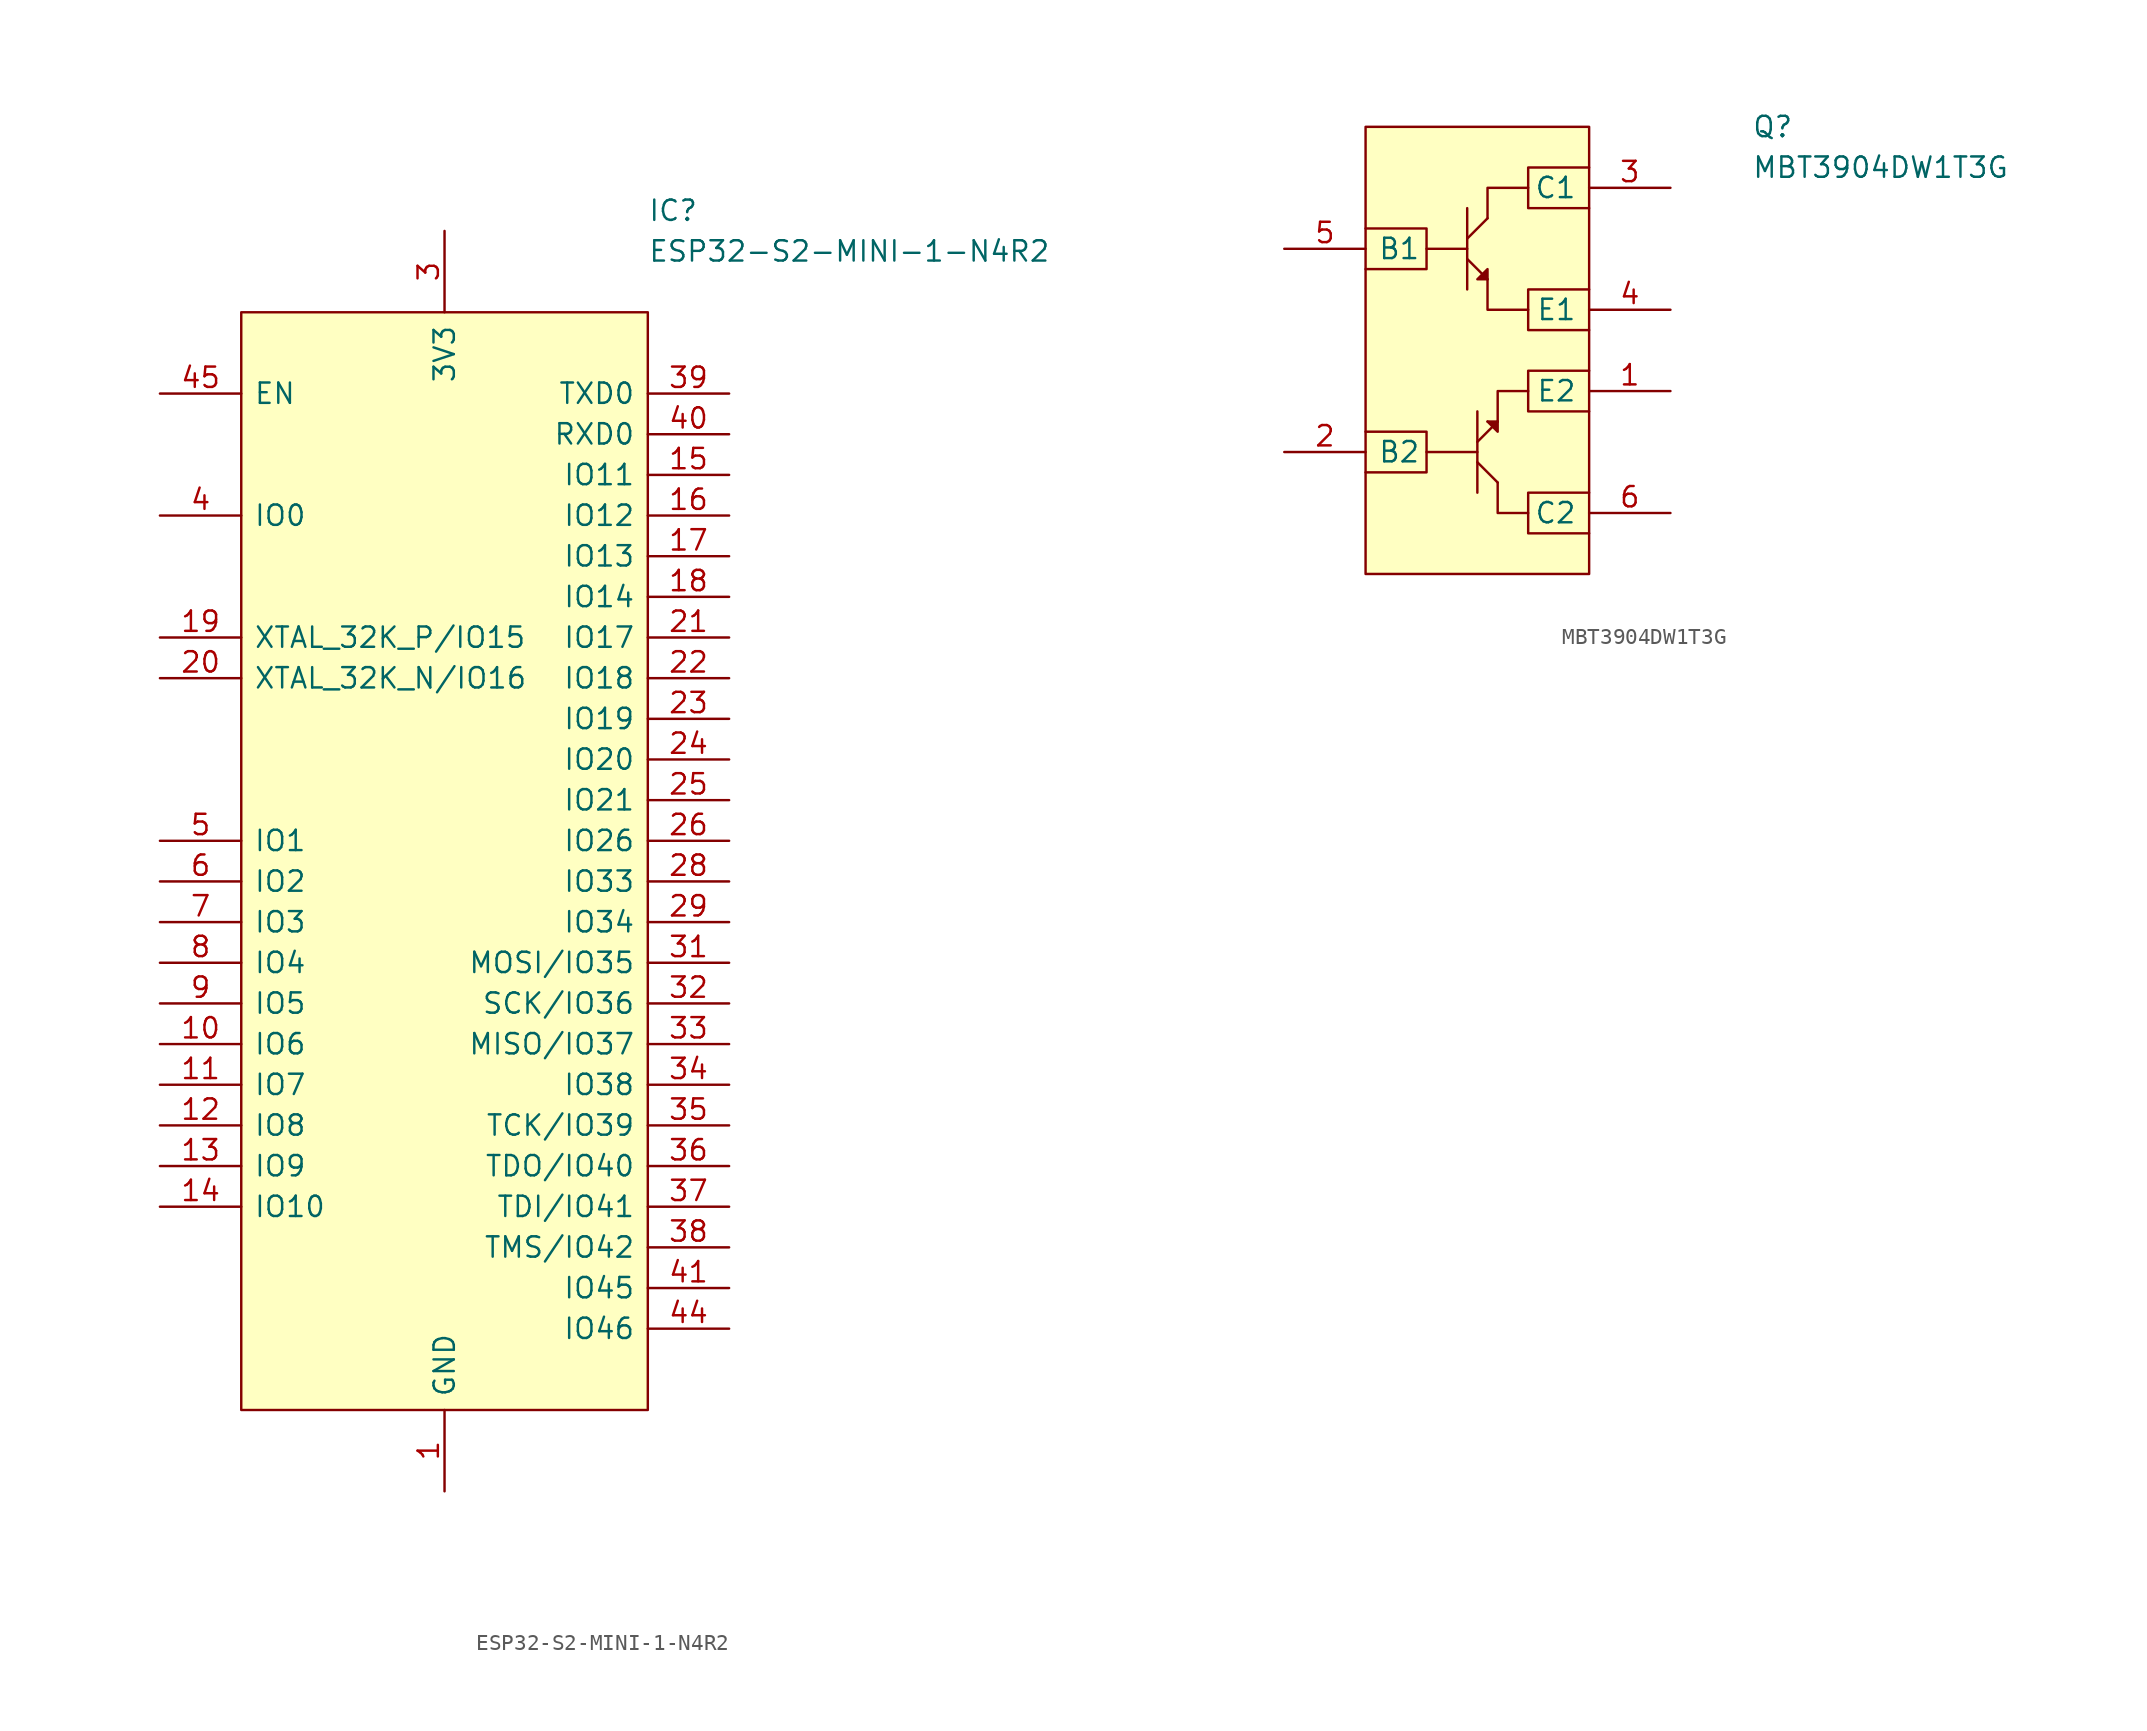
<source format=kicad_sym>
(kicad_symbol_lib
  (version 20211014)
  (generator kicad_symbol_editor)
  (symbol "ESP32-S2-MINI-1-N4R2"
    (pin_names
      (offset 0.762))
    (property "Reference" "IC"
      (at 12.7 39.37 0)
      (effects (font (size 1.27 1.27)) (justify left)))
    (property "Value" "ESP32-S2-MINI-1-N4R2"
      (at 12.7 36.83 0)
      (effects (font (size 1.27 1.27)) (justify left)))
    (symbol "ESP32-S2-MINI-1-N4R2_0_0"
      (pin passive line (at 0 -40.64 90) (length 5.08) (name "GND" (effects (font (size 1.27 1.27)))) (number "1" (effects (font (size 1.27 1.27)))))
      (pin passive line (at -17.78 -12.7 0) (length 5.08) (name "IO6" (effects (font (size 1.27 1.27)))) (number "10" (effects (font (size 1.27 1.27)))))
      (pin passive line (at -17.78 -15.24 0) (length 5.08) (name "IO7" (effects (font (size 1.27 1.27)))) (number "11" (effects (font (size 1.27 1.27)))))
      (pin passive line (at -17.78 -17.78 0) (length 5.08) (name "IO8" (effects (font (size 1.27 1.27)))) (number "12" (effects (font (size 1.27 1.27)))))
      (pin passive line (at -17.78 -20.32 0) (length 5.08) (name "IO9" (effects (font (size 1.27 1.27)))) (number "13" (effects (font (size 1.27 1.27)))))
      (pin passive line (at -17.78 -22.86 0) (length 5.08) (name "IO10" (effects (font (size 1.27 1.27)))) (number "14" (effects (font (size 1.27 1.27)))))
      (pin passive line (at 17.78 22.86 180) (length 5.08) (name "IO11" (effects (font (size 1.27 1.27)))) (number "15" (effects (font (size 1.27 1.27)))))
      (pin passive line (at 17.78 20.32 180) (length 5.08) (name "IO12" (effects (font (size 1.27 1.27)))) (number "16" (effects (font (size 1.27 1.27)))))
      (pin passive line (at 17.78 17.78 180) (length 5.08) (name "IO13" (effects (font (size 1.27 1.27)))) (number "17" (effects (font (size 1.27 1.27)))))
      (pin passive line (at 17.78 15.24 180) (length 5.08) (name "IO14" (effects (font (size 1.27 1.27)))) (number "18" (effects (font (size 1.27 1.27)))))
      (pin passive line (at -17.78 12.7 0) (length 5.08) (name "XTAL_32K_P/IO15" (effects (font (size 1.27 1.27)))) (number "19" (effects (font (size 1.27 1.27)))))
      (pin passive line (at 0 -40.64 90) (length 5.08) hide (name "GND_2" (effects (font (size 1.27 1.27)))) (number "2" (effects (font (size 1.27 1.27)))))
      (pin passive line (at -17.78 10.16 0) (length 5.08) (name "XTAL_32K_N/IO16" (effects (font (size 1.27 1.27)))) (number "20" (effects (font (size 1.27 1.27)))))
      (pin passive line (at 17.78 12.7 180) (length 5.08) (name "IO17" (effects (font (size 1.27 1.27)))) (number "21" (effects (font (size 1.27 1.27)))))
      (pin passive line (at 17.78 10.16 180) (length 5.08) (name "IO18" (effects (font (size 1.27 1.27)))) (number "22" (effects (font (size 1.27 1.27)))))
      (pin passive line (at 17.78 7.62 180) (length 5.08) (name "IO19" (effects (font (size 1.27 1.27)))) (number "23" (effects (font (size 1.27 1.27)))))
      (pin passive line (at 17.78 5.08 180) (length 5.08) (name "IO20" (effects (font (size 1.27 1.27)))) (number "24" (effects (font (size 1.27 1.27)))))
      (pin passive line (at 17.78 2.54 180) (length 5.08) (name "IO21" (effects (font (size 1.27 1.27)))) (number "25" (effects (font (size 1.27 1.27)))))
      (pin passive line (at 17.78 0 180) (length 5.08) (name "IO26" (effects (font (size 1.27 1.27)))) (number "26" (effects (font (size 1.27 1.27)))))
      (pin no_connect line (at 5.08 -40.64 90) (length 5.08) hide (name "NC" (effects (font (size 1.27 1.27)))) (number "27" (effects (font (size 1.27 1.27)))))
      (pin passive line (at 17.78 -2.54 180) (length 5.08) (name "IO33" (effects (font (size 1.27 1.27)))) (number "28" (effects (font (size 1.27 1.27)))))
      (pin passive line (at 17.78 -5.08 180) (length 5.08) (name "IO34" (effects (font (size 1.27 1.27)))) (number "29" (effects (font (size 1.27 1.27)))))
      (pin passive line (at 0 38.1 270) (length 5.08) (name "3V3" (effects (font (size 1.27 1.27)))) (number "3" (effects (font (size 1.27 1.27)))))
      (pin passive line (at 0 -40.64 90) (length 5.08) hide (name "GND_3" (effects (font (size 1.27 1.27)))) (number "30" (effects (font (size 1.27 1.27)))))
      (pin passive line (at 17.78 -7.62 180) (length 5.08) (name "MOSI/IO35" (effects (font (size 1.27 1.27)))) (number "31" (effects (font (size 1.27 1.27)))))
      (pin passive line (at 17.78 -10.16 180) (length 5.08) (name "SCK/IO36" (effects (font (size 1.27 1.27)))) (number "32" (effects (font (size 1.27 1.27)))))
      (pin passive line (at 17.78 -12.7 180) (length 5.08) (name "MISO/IO37" (effects (font (size 1.27 1.27)))) (number "33" (effects (font (size 1.27 1.27)))))
      (pin passive line (at 17.78 -15.24 180) (length 5.08) (name "IO38" (effects (font (size 1.27 1.27)))) (number "34" (effects (font (size 1.27 1.27)))))
      (pin passive line (at 17.78 -17.78 180) (length 5.08) (name "TCK/IO39" (effects (font (size 1.27 1.27)))) (number "35" (effects (font (size 1.27 1.27)))))
      (pin passive line (at 17.78 -20.32 180) (length 5.08) (name "TDO/IO40" (effects (font (size 1.27 1.27)))) (number "36" (effects (font (size 1.27 1.27)))))
      (pin passive line (at 17.78 -22.86 180) (length 5.08) (name "TDI/IO41" (effects (font (size 1.27 1.27)))) (number "37" (effects (font (size 1.27 1.27)))))
      (pin passive line (at 17.78 -25.4 180) (length 5.08) (name "TMS/IO42" (effects (font (size 1.27 1.27)))) (number "38" (effects (font (size 1.27 1.27)))))
      (pin passive line (at 17.78 27.94 180) (length 5.08) (name "TXD0" (effects (font (size 1.27 1.27)))) (number "39" (effects (font (size 1.27 1.27)))))
      (pin passive line (at -17.78 20.32 0) (length 5.08) (name "IO0" (effects (font (size 1.27 1.27)))) (number "4" (effects (font (size 1.27 1.27)))))
      (pin passive line (at 17.78 25.4 180) (length 5.08) (name "RXD0" (effects (font (size 1.27 1.27)))) (number "40" (effects (font (size 1.27 1.27)))))
      (pin passive line (at 17.78 -27.94 180) (length 5.08) (name "IO45" (effects (font (size 1.27 1.27)))) (number "41" (effects (font (size 1.27 1.27)))))
      (pin passive line (at 0 -40.64 90) (length 5.08) hide (name "GND_4" (effects (font (size 1.27 1.27)))) (number "42" (effects (font (size 1.27 1.27)))))
      (pin passive line (at 0 -40.64 90) (length 5.08) hide (name "GND_5" (effects (font (size 1.27 1.27)))) (number "43" (effects (font (size 1.27 1.27)))))
      (pin passive line (at 17.78 -30.48 180) (length 5.08) (name "IO46" (effects (font (size 1.27 1.27)))) (number "44" (effects (font (size 1.27 1.27)))))
      (pin passive line (at -17.78 27.94 0) (length 5.08) (name "EN" (effects (font (size 1.27 1.27)))) (number "45" (effects (font (size 1.27 1.27)))))
      (pin passive line (at 0 -40.64 90) (length 5.08) hide (name "GND_6" (effects (font (size 1.27 1.27)))) (number "46" (effects (font (size 1.27 1.27)))))
      (pin passive line (at 0 -40.64 90) (length 5.08) hide (name "GND_7" (effects (font (size 1.27 1.27)))) (number "47" (effects (font (size 1.27 1.27)))))
      (pin passive line (at 0 -40.64 90) (length 5.08) hide (name "GND_8" (effects (font (size 1.27 1.27)))) (number "48" (effects (font (size 1.27 1.27)))))
      (pin passive line (at 0 -40.64 90) (length 5.08) hide (name "GND_9" (effects (font (size 1.27 1.27)))) (number "49" (effects (font (size 1.27 1.27)))))
      (pin passive line (at -17.78 0 0) (length 5.08) (name "IO1" (effects (font (size 1.27 1.27)))) (number "5" (effects (font (size 1.27 1.27)))))
      (pin passive line (at 0 -40.64 90) (length 5.08) hide (name "GND_10" (effects (font (size 1.27 1.27)))) (number "50" (effects (font (size 1.27 1.27)))))
      (pin passive line (at 0 -40.64 90) (length 5.08) hide (name "GND_11" (effects (font (size 1.27 1.27)))) (number "51" (effects (font (size 1.27 1.27)))))
      (pin passive line (at 0 -40.64 90) (length 5.08) hide (name "GND_12" (effects (font (size 1.27 1.27)))) (number "52" (effects (font (size 1.27 1.27)))))
      (pin passive line (at 0 -40.64 90) (length 5.08) hide (name "GND_13" (effects (font (size 1.27 1.27)))) (number "53" (effects (font (size 1.27 1.27)))))
      (pin passive line (at 0 -40.64 90) (length 5.08) hide (name "GND_14" (effects (font (size 1.27 1.27)))) (number "54" (effects (font (size 1.27 1.27)))))
      (pin passive line (at 0 -40.64 90) (length 5.08) hide (name "GND_15" (effects (font (size 1.27 1.27)))) (number "55" (effects (font (size 1.27 1.27)))))
      (pin passive line (at 0 -40.64 90) (length 5.08) hide (name "GND_16" (effects (font (size 1.27 1.27)))) (number "56" (effects (font (size 1.27 1.27)))))
      (pin passive line (at 0 -40.64 90) (length 5.08) hide (name "GND_17" (effects (font (size 1.27 1.27)))) (number "57" (effects (font (size 1.27 1.27)))))
      (pin passive line (at 0 -40.64 90) (length 5.08) hide (name "GND_18" (effects (font (size 1.27 1.27)))) (number "58" (effects (font (size 1.27 1.27)))))
      (pin passive line (at 0 -40.64 90) (length 5.08) hide (name "GND_19" (effects (font (size 1.27 1.27)))) (number "59" (effects (font (size 1.27 1.27)))))
      (pin passive line (at -17.78 -2.54 0) (length 5.08) (name "IO2" (effects (font (size 1.27 1.27)))) (number "6" (effects (font (size 1.27 1.27)))))
      (pin passive line (at 0 -40.64 90) (length 5.08) hide (name "GND_20" (effects (font (size 1.27 1.27)))) (number "60" (effects (font (size 1.27 1.27)))))
      (pin passive line (at 0 -40.64 90) (length 5.08) hide (name "GND_21" (effects (font (size 1.27 1.27)))) (number "61" (effects (font (size 1.27 1.27)))))
      (pin passive line (at 0 -40.64 90) (length 5.08) hide (name "GND_22" (effects (font (size 1.27 1.27)))) (number "62" (effects (font (size 1.27 1.27)))))
      (pin passive line (at 0 -40.64 90) (length 5.08) hide (name "GND_23" (effects (font (size 1.27 1.27)))) (number "63" (effects (font (size 1.27 1.27)))))
      (pin passive line (at 0 -40.64 90) (length 5.08) hide (name "GND_24" (effects (font (size 1.27 1.27)))) (number "64" (effects (font (size 1.27 1.27)))))
      (pin passive line (at 0 -40.64 90) (length 5.08) hide (name "GND_25" (effects (font (size 1.27 1.27)))) (number "65" (effects (font (size 1.27 1.27)))))
      (pin passive line (at 0 -40.64 90) (length 5.08) hide (name "GND_26" (effects (font (size 1.27 1.27)))) (number "66" (effects (font (size 1.27 1.27)))))
      (pin passive line (at 0 -40.64 90) (length 5.08) hide (name "GND_27" (effects (font (size 1.27 1.27)))) (number "67" (effects (font (size 1.27 1.27)))))
      (pin passive line (at 0 -40.64 90) (length 5.08) hide (name "GND_28" (effects (font (size 1.27 1.27)))) (number "68" (effects (font (size 1.27 1.27)))))
      (pin passive line (at 0 -40.64 90) (length 5.08) hide (name "GND_29" (effects (font (size 1.27 1.27)))) (number "69" (effects (font (size 1.27 1.27)))))
      (pin passive line (at -17.78 -5.08 0) (length 5.08) (name "IO3" (effects (font (size 1.27 1.27)))) (number "7" (effects (font (size 1.27 1.27)))))
      (pin passive line (at 0 -40.64 90) (length 5.08) hide (name "GND_30" (effects (font (size 1.27 1.27)))) (number "70" (effects (font (size 1.27 1.27)))))
      (pin passive line (at 0 -40.64 90) (length 5.08) hide (name "GND_31" (effects (font (size 1.27 1.27)))) (number "71" (effects (font (size 1.27 1.27)))))
      (pin passive line (at 0 -40.64 90) (length 5.08) hide (name "GND_32" (effects (font (size 1.27 1.27)))) (number "72" (effects (font (size 1.27 1.27)))))
      (pin passive line (at 0 -40.64 90) (length 5.08) hide (name "GND_33" (effects (font (size 1.27 1.27)))) (number "73" (effects (font (size 1.27 1.27)))))
      (pin passive line (at -17.78 -7.62 0) (length 5.08) (name "IO4" (effects (font (size 1.27 1.27)))) (number "8" (effects (font (size 1.27 1.27)))))
      (pin passive line (at -17.78 -10.16 0) (length 5.08) (name "IO5" (effects (font (size 1.27 1.27)))) (number "9" (effects (font (size 1.27 1.27))))))
    (symbol "ESP32-S2-MINI-1-N4R2_0_1"
      (polyline (pts (xy -12.7 33.02) (xy 12.7 33.02) (xy 12.7 -35.56) (xy -12.7 -35.56) (xy -12.7 33.02)) (stroke (width 0.152) (type default) (color 0 0 0 0)) (fill (type background)))))
  (symbol "MBT3904DW1T3G"
    (pin_names
      (offset 0.762))
    (property "Reference" "Q"
      (at 19.05 7.62 0)
      (effects (font (size 1.27 1.27)) (justify left)))
    (property "Value" "MBT3904DW1T3G"
      (at 19.05 5.08 0)
      (effects (font (size 1.27 1.27)) (justify left)))
    (symbol "MBT3904DW1T3G_0_0"
      (pin passive line (at 13.97 -8.89 180) (length 5.08) (name "E2" (effects (font (size 1.27 1.27)))) (number "1" (effects (font (size 1.27 1.27)))))
      (pin passive line (at -10.16 -12.7 0) (length 5.08) (name "B2" (effects (font (size 1.27 1.27)))) (number "2" (effects (font (size 1.27 1.27)))))
      (pin passive line (at 13.97 3.81 180) (length 5.08) (name "C1" (effects (font (size 1.27 1.27)))) (number "3" (effects (font (size 1.27 1.27)))))
      (pin passive line (at 13.97 -3.81 180) (length 5.08) (name "E1" (effects (font (size 1.27 1.27)))) (number "4" (effects (font (size 1.27 1.27)))))
      (pin passive line (at -10.16 0 0) (length 5.08) (name "B1" (effects (font (size 1.27 1.27)))) (number "5" (effects (font (size 1.27 1.27)))))
      (pin passive line (at 13.97 -16.51 180) (length 5.08) (name "C2" (effects (font (size 1.27 1.27)))) (number "6" (effects (font (size 1.27 1.27))))))
    (symbol "MBT3904DW1T3G_0_1"
      (polyline (pts (xy -1.27 -12.7) (xy 1.905 -12.7)) (stroke (width 0) (type default) (color 0 0 0 0)) (fill (type none)))
      (polyline (pts (xy -1.27 0) (xy 1.27 0)) (stroke (width 0) (type default) (color 0 0 0 0)) (fill (type none)))
      (polyline (pts (xy 1.27 0.635) (xy 2.54 1.905)) (stroke (width 0) (type default) (color 0 0 0 0)) (fill (type none)))
      (polyline (pts (xy 1.27 2.54) (xy 1.27 -2.54)) (stroke (width 0) (type default) (color 0 0 0 0)) (fill (type none)))
      (polyline (pts (xy 1.905 -15.24) (xy 1.905 -10.16)) (stroke (width 0) (type default) (color 0 0 0 0)) (fill (type none)))
      (polyline (pts (xy 1.905 -12.065) (xy 3.175 -10.795)) (stroke (width 0) (type default) (color 0 0 0 0)) (fill (type none)))
      (polyline (pts (xy 2.54 -1.905) (xy 1.27 -0.635)) (stroke (width 0) (type default) (color 0 0 0 0)) (fill (type none)))
      (polyline (pts (xy 3.175 -14.605) (xy 1.905 -13.335)) (stroke (width 0) (type default) (color 0 0 0 0)) (fill (type none)))
      (polyline (pts (xy 3.175 -10.795) (xy 2.54 -10.795)) (stroke (width 0) (type default) (color 0 0 0 0)) (fill (type none)))
      (polyline (pts (xy 2.54 -1.905) (xy 2.54 -3.81) (xy 5.08 -3.81)) (stroke (width 0) (type default) (color 0 0 0 0)) (fill (type none)))
      (polyline (pts (xy 2.54 1.905) (xy 2.54 3.81) (xy 5.08 3.81)) (stroke (width 0) (type default) (color 0 0 0 0)) (fill (type none)))
      (polyline (pts (xy 3.175 -14.605) (xy 3.175 -16.51) (xy 5.08 -16.51)) (stroke (width 0) (type default) (color 0 0 0 0)) (fill (type none)))
      (polyline (pts (xy 3.175 -10.795) (xy 3.175 -11.43) (xy 2.54 -10.795)) (stroke (width 0) (type default) (color 0 0 0 0)) (fill (type outline)))
      (polyline (pts (xy 3.175 -10.795) (xy 3.175 -8.89) (xy 5.08 -8.89)) (stroke (width 0) (type default) (color 0 0 0 0)) (fill (type none)))
      (polyline (pts (xy 8.89 -15.24) (xy 5.08 -15.24) (xy 5.08 -17.78) (xy 8.89 -17.78)) (stroke (width 0) (type default) (color 0 0 0 0)) (fill (type none)))
      (polyline (pts (xy 8.89 -2.54) (xy 5.08 -2.54) (xy 5.08 -5.08) (xy 8.89 -5.08)) (stroke (width 0) (type default) (color 0 0 0 0)) (fill (type none)))
      (polyline (pts (xy -5.08 -11.43) (xy -1.27 -11.43) (xy -1.27 -12.7) (xy -1.27 -13.97) (xy -5.08 -13.97)) (stroke (width 0) (type default) (color 0 0 0 0)) (fill (type none)))
      (polyline (pts (xy -5.08 1.27) (xy -1.27 1.27) (xy -1.27 0) (xy -1.27 -1.27) (xy -5.08 -1.27)) (stroke (width 0) (type default) (color 0 0 0 0)) (fill (type none)))
      (polyline (pts (xy -5.08 7.62) (xy 8.89 7.62) (xy 8.89 -20.32) (xy -5.08 -20.32) (xy -5.08 7.62)) (stroke (width 0.152) (type default) (color 0 0 0 0)) (fill (type background)))
      (polyline (pts (xy 2.54 -1.905) (xy 2.54 -1.27) (xy 2.54 -1.905) (xy 1.905 -1.905) (xy 2.54 -1.27)) (stroke (width 0) (type default) (color 0 0 0 0)) (fill (type outline)))
      (polyline (pts (xy 8.89 -10.16) (xy 5.08 -10.16) (xy 5.08 -8.255) (xy 5.08 -7.62) (xy 8.89 -7.62)) (stroke (width 0) (type default) (color 0 0 0 0)) (fill (type none)))
      (polyline (pts (xy 8.89 2.54) (xy 5.08 2.54) (xy 5.08 4.445) (xy 5.08 5.08) (xy 8.89 5.08)) (stroke (width 0) (type default) (color 0 0 0 0)) (fill (type none))))))
</source>
